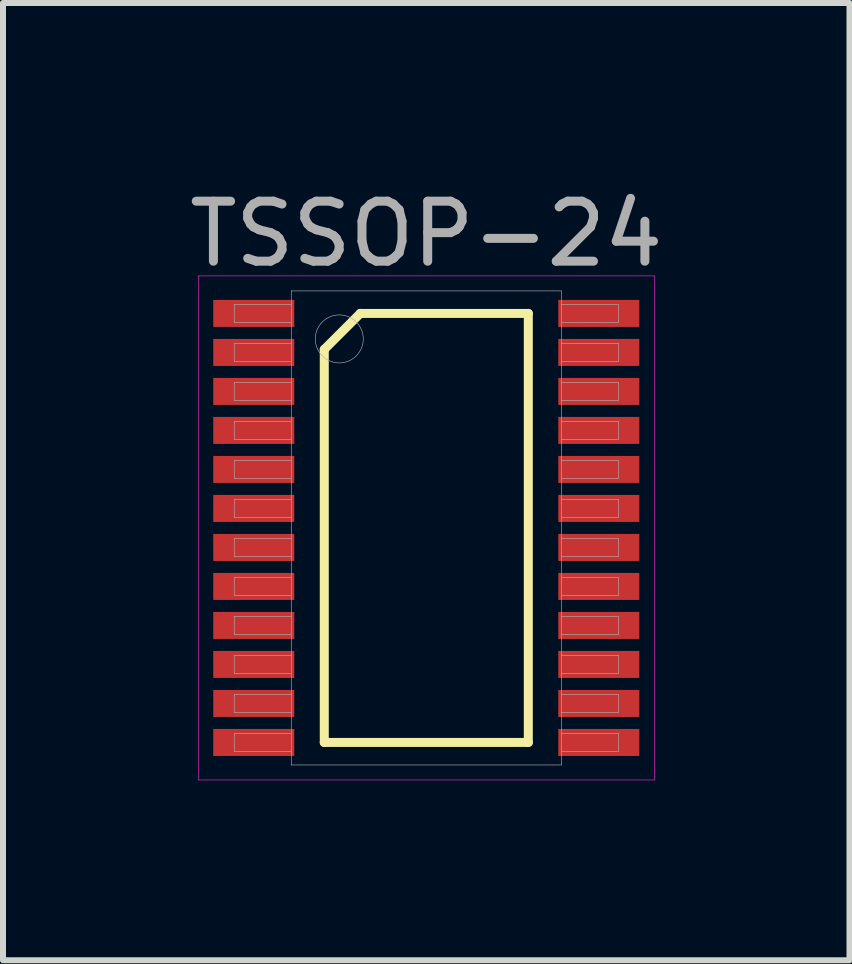
<source format=kicad_pcb>
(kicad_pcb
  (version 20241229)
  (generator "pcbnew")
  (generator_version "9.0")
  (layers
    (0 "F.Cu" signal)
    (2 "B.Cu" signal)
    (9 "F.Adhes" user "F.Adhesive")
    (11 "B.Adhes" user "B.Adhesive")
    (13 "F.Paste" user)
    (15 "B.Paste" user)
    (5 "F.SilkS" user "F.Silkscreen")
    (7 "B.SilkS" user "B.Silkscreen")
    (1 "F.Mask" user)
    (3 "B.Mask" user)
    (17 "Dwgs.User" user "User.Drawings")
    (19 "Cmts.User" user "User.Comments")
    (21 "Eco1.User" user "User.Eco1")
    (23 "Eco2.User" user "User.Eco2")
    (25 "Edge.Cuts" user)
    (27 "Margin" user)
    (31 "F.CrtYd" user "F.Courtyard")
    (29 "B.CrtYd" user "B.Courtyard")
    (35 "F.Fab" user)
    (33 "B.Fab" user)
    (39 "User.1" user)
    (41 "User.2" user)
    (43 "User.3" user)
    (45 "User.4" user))
  (footprint "TSSOP-24"
    (layer "F.Cu")
    (at 4.054 5.748)
    (property "Reference" "TSSOP-24" (at 0 -4.9 0) (layer "F.Fab") (effects (font (size 1 1) (thickness 0.15))))
    (attr through_hole)
    (fp_line (start -1.7 -2.975) (end -1.1 -3.575) (stroke (width 0.15) (type solid)) (layer "F.SilkS"))
    (fp_line (start -1.7 3.575) (end -1.7 -2.975) (stroke (width 0.15) (type solid)) (layer "F.SilkS"))
    (fp_line (start -1.1 -3.575) (end 1.7 -3.575) (stroke (width 0.15) (type solid)) (layer "F.SilkS"))
    (fp_line (start 1.7 -3.575) (end 1.7 3.575) (stroke (width 0.15) (type solid)) (layer "F.SilkS"))
    (fp_line (start 1.7 3.575) (end -1.7 3.575) (stroke (width 0.15) (type solid)) (layer "F.SilkS"))
    (fp_line (start -3.8 -4.2) (end 3.8 -4.2) (stroke (width 0.01) (type solid)) (layer "F.CrtYd"))
    (fp_line (start -3.8 4.2) (end -3.8 -4.2) (stroke (width 0.01) (type solid)) (layer "F.CrtYd"))
    (fp_line (start 3.8 -4.2) (end 3.8 4.2) (stroke (width 0.01) (type solid)) (layer "F.CrtYd"))
    (fp_line (start 3.8 4.2) (end -3.8 4.2) (stroke (width 0.01) (type solid)) (layer "F.CrtYd"))
    (fp_line (start -3.2 -3.725) (end -2.25 -3.725) (stroke (width 0.01) (type solid)) (layer "F.Fab"))
    (fp_line (start -3.2 -3.425) (end -3.2 -3.725) (stroke (width 0.01) (type solid)) (layer "F.Fab"))
    (fp_line (start -3.2 -3.075) (end -2.25 -3.075) (stroke (width 0.01) (type solid)) (layer "F.Fab"))
    (fp_line (start -3.2 -2.775) (end -3.2 -3.075) (stroke (width 0.01) (type solid)) (layer "F.Fab"))
    (fp_line (start -3.2 -2.425) (end -2.25 -2.425) (stroke (width 0.01) (type solid)) (layer "F.Fab"))
    (fp_line (start -3.2 -2.125) (end -3.2 -2.425) (stroke (width 0.01) (type solid)) (layer "F.Fab"))
    (fp_line (start -3.2 -1.775) (end -2.25 -1.775) (stroke (width 0.01) (type solid)) (layer "F.Fab"))
    (fp_line (start -3.2 -1.475) (end -3.2 -1.775) (stroke (width 0.01) (type solid)) (layer "F.Fab"))
    (fp_line (start -3.2 -1.125) (end -2.25 -1.125) (stroke (width 0.01) (type solid)) (layer "F.Fab"))
    (fp_line (start -3.2 -0.825) (end -3.2 -1.125) (stroke (width 0.01) (type solid)) (layer "F.Fab"))
    (fp_line (start -3.2 -0.475) (end -2.25 -0.475) (stroke (width 0.01) (type solid)) (layer "F.Fab"))
    (fp_line (start -3.2 -0.175) (end -3.2 -0.475) (stroke (width 0.01) (type solid)) (layer "F.Fab"))
    (fp_line (start -3.2 0.175) (end -2.25 0.175) (stroke (width 0.01) (type solid)) (layer "F.Fab"))
    (fp_line (start -3.2 0.475) (end -3.2 0.175) (stroke (width 0.01) (type solid)) (layer "F.Fab"))
    (fp_line (start -3.2 0.825) (end -2.25 0.825) (stroke (width 0.01) (type solid)) (layer "F.Fab"))
    (fp_line (start -3.2 1.125) (end -3.2 0.825) (stroke (width 0.01) (type solid)) (layer "F.Fab"))
    (fp_line (start -3.2 1.475) (end -2.25 1.475) (stroke (width 0.01) (type solid)) (layer "F.Fab"))
    (fp_line (start -3.2 1.775) (end -3.2 1.475) (stroke (width 0.01) (type solid)) (layer "F.Fab"))
    (fp_line (start -3.2 2.125) (end -2.25 2.125) (stroke (width 0.01) (type solid)) (layer "F.Fab"))
    (fp_line (start -3.2 2.425) (end -3.2 2.125) (stroke (width 0.01) (type solid)) (layer "F.Fab"))
    (fp_line (start -3.2 2.775) (end -2.25 2.775) (stroke (width 0.01) (type solid)) (layer "F.Fab"))
    (fp_line (start -3.2 3.075) (end -3.2 2.775) (stroke (width 0.01) (type solid)) (layer "F.Fab"))
    (fp_line (start -3.2 3.425) (end -2.25 3.425) (stroke (width 0.01) (type solid)) (layer "F.Fab"))
    (fp_line (start -3.2 3.725) (end -3.2 3.425) (stroke (width 0.01) (type solid)) (layer "F.Fab"))
    (fp_line (start -2.25 -3.95) (end 2.25 -3.95) (stroke (width 0.01) (type solid)) (layer "F.Fab"))
    (fp_line (start -2.25 -3.425) (end -3.2 -3.425) (stroke (width 0.01) (type solid)) (layer "F.Fab"))
    (fp_line (start -2.25 -2.775) (end -3.2 -2.775) (stroke (width 0.01) (type solid)) (layer "F.Fab"))
    (fp_line (start -2.25 -2.125) (end -3.2 -2.125) (stroke (width 0.01) (type solid)) (layer "F.Fab"))
    (fp_line (start -2.25 -1.475) (end -3.2 -1.475) (stroke (width 0.01) (type solid)) (layer "F.Fab"))
    (fp_line (start -2.25 -0.825) (end -3.2 -0.825) (stroke (width 0.01) (type solid)) (layer "F.Fab"))
    (fp_line (start -2.25 -0.175) (end -3.2 -0.175) (stroke (width 0.01) (type solid)) (layer "F.Fab"))
    (fp_line (start -2.25 0.475) (end -3.2 0.475) (stroke (width 0.01) (type solid)) (layer "F.Fab"))
    (fp_line (start -2.25 1.125) (end -3.2 1.125) (stroke (width 0.01) (type solid)) (layer "F.Fab"))
    (fp_line (start -2.25 1.775) (end -3.2 1.775) (stroke (width 0.01) (type solid)) (layer "F.Fab"))
    (fp_line (start -2.25 2.425) (end -3.2 2.425) (stroke (width 0.01) (type solid)) (layer "F.Fab"))
    (fp_line (start -2.25 3.075) (end -3.2 3.075) (stroke (width 0.01) (type solid)) (layer "F.Fab"))
    (fp_line (start -2.25 3.725) (end -3.2 3.725) (stroke (width 0.01) (type solid)) (layer "F.Fab"))
    (fp_line (start -2.25 3.95) (end -2.25 -3.95) (stroke (width 0.01) (type solid)) (layer "F.Fab"))
    (fp_line (start 2.25 -3.95) (end 2.25 3.95) (stroke (width 0.01) (type solid)) (layer "F.Fab"))
    (fp_line (start 2.25 -3.725) (end 3.2 -3.725) (stroke (width 0.01) (type solid)) (layer "F.Fab"))
    (fp_line (start 2.25 -3.075) (end 3.2 -3.075) (stroke (width 0.01) (type solid)) (layer "F.Fab"))
    (fp_line (start 2.25 -2.425) (end 3.2 -2.425) (stroke (width 0.01) (type solid)) (layer "F.Fab"))
    (fp_line (start 2.25 -1.775) (end 3.2 -1.775) (stroke (width 0.01) (type solid)) (layer "F.Fab"))
    (fp_line (start 2.25 -1.125) (end 3.2 -1.125) (stroke (width 0.01) (type solid)) (layer "F.Fab"))
    (fp_line (start 2.25 -0.475) (end 3.2 -0.475) (stroke (width 0.01) (type solid)) (layer "F.Fab"))
    (fp_line (start 2.25 0.175) (end 3.2 0.175) (stroke (width 0.01) (type solid)) (layer "F.Fab"))
    (fp_line (start 2.25 0.825) (end 3.2 0.825) (stroke (width 0.01) (type solid)) (layer "F.Fab"))
    (fp_line (start 2.25 1.475) (end 3.2 1.475) (stroke (width 0.01) (type solid)) (layer "F.Fab"))
    (fp_line (start 2.25 2.125) (end 3.2 2.125) (stroke (width 0.01) (type solid)) (layer "F.Fab"))
    (fp_line (start 2.25 2.775) (end 3.2 2.775) (stroke (width 0.01) (type solid)) (layer "F.Fab"))
    (fp_line (start 2.25 3.425) (end 3.2 3.425) (stroke (width 0.01) (type solid)) (layer "F.Fab"))
    (fp_line (start 2.25 3.95) (end -2.25 3.95) (stroke (width 0.01) (type solid)) (layer "F.Fab"))
    (fp_line (start 3.2 -3.725) (end 3.2 -3.425) (stroke (width 0.01) (type solid)) (layer "F.Fab"))
    (fp_line (start 3.2 -3.425) (end 2.25 -3.425) (stroke (width 0.01) (type solid)) (layer "F.Fab"))
    (fp_line (start 3.2 -3.075) (end 3.2 -2.775) (stroke (width 0.01) (type solid)) (layer "F.Fab"))
    (fp_line (start 3.2 -2.775) (end 2.25 -2.775) (stroke (width 0.01) (type solid)) (layer "F.Fab"))
    (fp_line (start 3.2 -2.425) (end 3.2 -2.125) (stroke (width 0.01) (type solid)) (layer "F.Fab"))
    (fp_line (start 3.2 -2.125) (end 2.25 -2.125) (stroke (width 0.01) (type solid)) (layer "F.Fab"))
    (fp_line (start 3.2 -1.775) (end 3.2 -1.475) (stroke (width 0.01) (type solid)) (layer "F.Fab"))
    (fp_line (start 3.2 -1.475) (end 2.25 -1.475) (stroke (width 0.01) (type solid)) (layer "F.Fab"))
    (fp_line (start 3.2 -1.125) (end 3.2 -0.825) (stroke (width 0.01) (type solid)) (layer "F.Fab"))
    (fp_line (start 3.2 -0.825) (end 2.25 -0.825) (stroke (width 0.01) (type solid)) (layer "F.Fab"))
    (fp_line (start 3.2 -0.475) (end 3.2 -0.175) (stroke (width 0.01) (type solid)) (layer "F.Fab"))
    (fp_line (start 3.2 -0.175) (end 2.25 -0.175) (stroke (width 0.01) (type solid)) (layer "F.Fab"))
    (fp_line (start 3.2 0.175) (end 3.2 0.475) (stroke (width 0.01) (type solid)) (layer "F.Fab"))
    (fp_line (start 3.2 0.475) (end 2.25 0.475) (stroke (width 0.01) (type solid)) (layer "F.Fab"))
    (fp_line (start 3.2 0.825) (end 3.2 1.125) (stroke (width 0.01) (type solid)) (layer "F.Fab"))
    (fp_line (start 3.2 1.125) (end 2.25 1.125) (stroke (width 0.01) (type solid)) (layer "F.Fab"))
    (fp_line (start 3.2 1.475) (end 3.2 1.775) (stroke (width 0.01) (type solid)) (layer "F.Fab"))
    (fp_line (start 3.2 1.775) (end 2.25 1.775) (stroke (width 0.01) (type solid)) (layer "F.Fab"))
    (fp_line (start 3.2 2.125) (end 3.2 2.425) (stroke (width 0.01) (type solid)) (layer "F.Fab"))
    (fp_line (start 3.2 2.425) (end 2.25 2.425) (stroke (width 0.01) (type solid)) (layer "F.Fab"))
    (fp_line (start 3.2 2.775) (end 3.2 3.075) (stroke (width 0.01) (type solid)) (layer "F.Fab"))
    (fp_line (start 3.2 3.075) (end 2.25 3.075) (stroke (width 0.01) (type solid)) (layer "F.Fab"))
    (fp_line (start 3.2 3.425) (end 3.2 3.725) (stroke (width 0.01) (type solid)) (layer "F.Fab"))
    (fp_line (start 3.2 3.725) (end 2.25 3.725) (stroke (width 0.01) (type solid)) (layer "F.Fab"))
    (fp_circle (center -1.45 -3.15) (end -1.45 -2.75) (stroke (width 0.01) (type solid)) (fill no) (layer "F.Fab"))
    (pad "1" smd rect (at -2.875 -3.575) (size 1.35 0.45) (layers "F.Cu" "F.Mask" "F.Paste"))
    (pad "2" smd rect (at -2.875 -2.925) (size 1.35 0.45) (layers "F.Cu" "F.Mask" "F.Paste"))
    (pad "3" smd rect (at -2.875 -2.275) (size 1.35 0.45) (layers "F.Cu" "F.Mask" "F.Paste"))
    (pad "4" smd rect (at -2.875 -1.625) (size 1.35 0.45) (layers "F.Cu" "F.Mask" "F.Paste"))
    (pad "5" smd rect (at -2.875 -0.975) (size 1.35 0.45) (layers "F.Cu" "F.Mask" "F.Paste"))
    (pad "6" smd rect (at -2.875 -0.325) (size 1.35 0.45) (layers "F.Cu" "F.Mask" "F.Paste"))
    (pad "7" smd rect (at -2.875 0.325) (size 1.35 0.45) (layers "F.Cu" "F.Mask" "F.Paste"))
    (pad "8" smd rect (at -2.875 0.975) (size 1.35 0.45) (layers "F.Cu" "F.Mask" "F.Paste"))
    (pad "9" smd rect (at -2.875 1.625) (size 1.35 0.45) (layers "F.Cu" "F.Mask" "F.Paste"))
    (pad "10" smd rect (at -2.875 2.275) (size 1.35 0.45) (layers "F.Cu" "F.Mask" "F.Paste"))
    (pad "11" smd rect (at -2.875 2.925) (size 1.35 0.45) (layers "F.Cu" "F.Mask" "F.Paste"))
    (pad "12" smd rect (at -2.875 3.575) (size 1.35 0.45) (layers "F.Cu" "F.Mask" "F.Paste"))
    (pad "13" smd rect (at 2.875 3.575) (size 1.35 0.45) (layers "F.Cu" "F.Mask" "F.Paste"))
    (pad "14" smd rect (at 2.875 2.925) (size 1.35 0.45) (layers "F.Cu" "F.Mask" "F.Paste"))
    (pad "15" smd rect (at 2.875 2.275) (size 1.35 0.45) (layers "F.Cu" "F.Mask" "F.Paste"))
    (pad "16" smd rect (at 2.875 1.625) (size 1.35 0.45) (layers "F.Cu" "F.Mask" "F.Paste"))
    (pad "17" smd rect (at 2.875 0.975) (size 1.35 0.45) (layers "F.Cu" "F.Mask" "F.Paste"))
    (pad "18" smd rect (at 2.875 0.325) (size 1.35 0.45) (layers "F.Cu" "F.Mask" "F.Paste"))
    (pad "19" smd rect (at 2.875 -0.325) (size 1.35 0.45) (layers "F.Cu" "F.Mask" "F.Paste"))
    (pad "20" smd rect (at 2.875 -0.975) (size 1.35 0.45) (layers "F.Cu" "F.Mask" "F.Paste"))
    (pad "21" smd rect (at 2.875 -1.625) (size 1.35 0.45) (layers "F.Cu" "F.Mask" "F.Paste"))
    (pad "22" smd rect (at 2.875 -2.275) (size 1.35 0.45) (layers "F.Cu" "F.Mask" "F.Paste"))
    (pad "23" smd rect (at 2.875 -2.925) (size 1.35 0.45) (layers "F.Cu" "F.Mask" "F.Paste"))
    (pad "24" smd rect (at 2.875 -3.575) (size 1.35 0.45) (layers "F.Cu" "F.Mask" "F.Paste")))
  (gr_rect
    (start -3 -3)
    (end 11.107 12.953)
    (stroke (width 0.1) (type default))
    (fill no)
    (layer "Edge.Cuts")))
</source>
